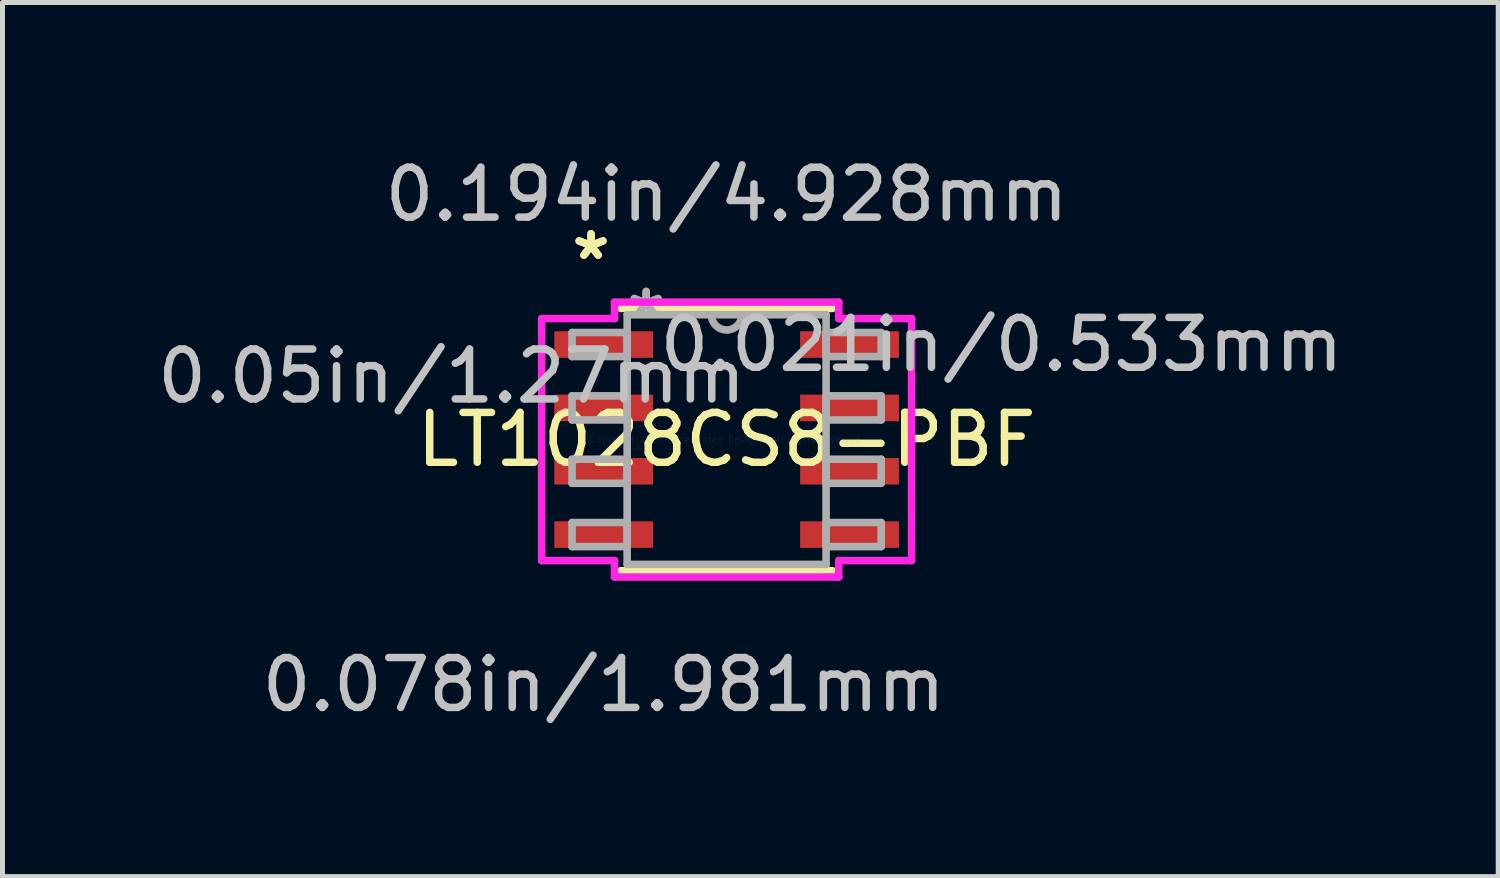
<source format=kicad_pcb>
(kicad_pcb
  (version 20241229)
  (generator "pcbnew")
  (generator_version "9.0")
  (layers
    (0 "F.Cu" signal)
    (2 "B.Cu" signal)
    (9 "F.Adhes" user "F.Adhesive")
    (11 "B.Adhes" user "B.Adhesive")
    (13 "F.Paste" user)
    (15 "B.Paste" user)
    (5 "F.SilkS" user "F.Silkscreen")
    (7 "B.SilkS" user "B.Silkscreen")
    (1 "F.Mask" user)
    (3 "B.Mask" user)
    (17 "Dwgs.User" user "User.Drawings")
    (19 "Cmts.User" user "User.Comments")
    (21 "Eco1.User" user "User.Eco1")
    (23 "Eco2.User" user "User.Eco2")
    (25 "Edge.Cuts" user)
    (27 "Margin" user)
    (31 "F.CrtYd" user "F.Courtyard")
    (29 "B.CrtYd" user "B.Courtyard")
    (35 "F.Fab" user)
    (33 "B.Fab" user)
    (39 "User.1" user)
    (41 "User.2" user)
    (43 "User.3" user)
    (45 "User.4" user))
  (footprint "LT1028CS8-PBF"
    (layer "F.Cu")
    (at 11.518 5.763)
    (property "Reference" "LT1028CS8-PBF" (at 0 0 0) (layer "F.SilkS") (effects (font (size 1 1) (thickness 0.15))))
    (attr through_hole)
    (fp_line (start -2.121 2.629) (end 2.121 2.629) (stroke (width 0.152) (type solid)) (layer "F.SilkS"))
    (fp_line (start 2.121 -2.629) (end -2.121 -2.629) (stroke (width 0.152) (type solid)) (layer "F.SilkS"))
    (fp_line (start -3.708 -2.426) (end -2.248 -2.426) (stroke (width 0.152) (type solid)) (layer "F.CrtYd"))
    (fp_line (start -3.708 2.426) (end -3.708 -2.426) (stroke (width 0.152) (type solid)) (layer "F.CrtYd"))
    (fp_line (start -2.248 -2.756) (end 2.248 -2.756) (stroke (width 0.152) (type solid)) (layer "F.CrtYd"))
    (fp_line (start -2.248 -2.426) (end -2.248 -2.756) (stroke (width 0.152) (type solid)) (layer "F.CrtYd"))
    (fp_line (start -2.248 2.426) (end -3.708 2.426) (stroke (width 0.152) (type solid)) (layer "F.CrtYd"))
    (fp_line (start -2.248 2.756) (end -2.248 2.426) (stroke (width 0.152) (type solid)) (layer "F.CrtYd"))
    (fp_line (start 2.248 -2.756) (end 2.248 -2.426) (stroke (width 0.152) (type solid)) (layer "F.CrtYd"))
    (fp_line (start 2.248 -2.426) (end 3.708 -2.426) (stroke (width 0.152) (type solid)) (layer "F.CrtYd"))
    (fp_line (start 2.248 2.426) (end 2.248 2.756) (stroke (width 0.152) (type solid)) (layer "F.CrtYd"))
    (fp_line (start 2.248 2.756) (end -2.248 2.756) (stroke (width 0.152) (type solid)) (layer "F.CrtYd"))
    (fp_line (start 3.708 -2.426) (end 3.708 2.426) (stroke (width 0.152) (type solid)) (layer "F.CrtYd"))
    (fp_line (start 3.708 2.426) (end 2.248 2.426) (stroke (width 0.152) (type solid)) (layer "F.CrtYd"))
    (fp_line (start -3.099 -2.146) (end -3.099 -1.664) (stroke (width 0.152) (type solid)) (layer "F.Fab"))
    (fp_line (start -3.099 -1.664) (end -1.994 -1.664) (stroke (width 0.152) (type solid)) (layer "F.Fab"))
    (fp_line (start -3.099 -0.876) (end -3.099 -0.394) (stroke (width 0.152) (type solid)) (layer "F.Fab"))
    (fp_line (start -3.099 -0.394) (end -1.994 -0.394) (stroke (width 0.152) (type solid)) (layer "F.Fab"))
    (fp_line (start -3.099 0.394) (end -3.099 0.876) (stroke (width 0.152) (type solid)) (layer "F.Fab"))
    (fp_line (start -3.099 0.876) (end -1.994 0.876) (stroke (width 0.152) (type solid)) (layer "F.Fab"))
    (fp_line (start -3.099 1.664) (end -3.099 2.146) (stroke (width 0.152) (type solid)) (layer "F.Fab"))
    (fp_line (start -3.099 2.146) (end -1.994 2.146) (stroke (width 0.152) (type solid)) (layer "F.Fab"))
    (fp_line (start -1.994 -2.502) (end -1.994 2.502) (stroke (width 0.152) (type solid)) (layer "F.Fab"))
    (fp_line (start -1.994 -2.146) (end -3.099 -2.146) (stroke (width 0.152) (type solid)) (layer "F.Fab"))
    (fp_line (start -1.994 -1.664) (end -1.994 -2.146) (stroke (width 0.152) (type solid)) (layer "F.Fab"))
    (fp_line (start -1.994 -0.876) (end -3.099 -0.876) (stroke (width 0.152) (type solid)) (layer "F.Fab"))
    (fp_line (start -1.994 -0.394) (end -1.994 -0.876) (stroke (width 0.152) (type solid)) (layer "F.Fab"))
    (fp_line (start -1.994 0.394) (end -3.099 0.394) (stroke (width 0.152) (type solid)) (layer "F.Fab"))
    (fp_line (start -1.994 0.876) (end -1.994 0.394) (stroke (width 0.152) (type solid)) (layer "F.Fab"))
    (fp_line (start -1.994 1.664) (end -3.099 1.664) (stroke (width 0.152) (type solid)) (layer "F.Fab"))
    (fp_line (start -1.994 2.146) (end -1.994 1.664) (stroke (width 0.152) (type solid)) (layer "F.Fab"))
    (fp_line (start -1.994 2.502) (end 1.994 2.502) (stroke (width 0.152) (type solid)) (layer "F.Fab"))
    (fp_line (start 1.994 -2.502) (end -1.994 -2.502) (stroke (width 0.152) (type solid)) (layer "F.Fab"))
    (fp_line (start 1.994 -2.146) (end 1.994 -1.664) (stroke (width 0.152) (type solid)) (layer "F.Fab"))
    (fp_line (start 1.994 -1.664) (end 3.099 -1.664) (stroke (width 0.152) (type solid)) (layer "F.Fab"))
    (fp_line (start 1.994 -0.876) (end 1.994 -0.394) (stroke (width 0.152) (type solid)) (layer "F.Fab"))
    (fp_line (start 1.994 -0.394) (end 3.099 -0.394) (stroke (width 0.152) (type solid)) (layer "F.Fab"))
    (fp_line (start 1.994 0.394) (end 1.994 0.876) (stroke (width 0.152) (type solid)) (layer "F.Fab"))
    (fp_line (start 1.994 0.876) (end 3.099 0.876) (stroke (width 0.152) (type solid)) (layer "F.Fab"))
    (fp_line (start 1.994 1.664) (end 1.994 2.146) (stroke (width 0.152) (type solid)) (layer "F.Fab"))
    (fp_line (start 1.994 2.146) (end 3.099 2.146) (stroke (width 0.152) (type solid)) (layer "F.Fab"))
    (fp_line (start 1.994 2.502) (end 1.994 -2.502) (stroke (width 0.152) (type solid)) (layer "F.Fab"))
    (fp_line (start 3.099 -2.146) (end 1.994 -2.146) (stroke (width 0.152) (type solid)) (layer "F.Fab"))
    (fp_line (start 3.099 -1.664) (end 3.099 -2.146) (stroke (width 0.152) (type solid)) (layer "F.Fab"))
    (fp_line (start 3.099 -0.876) (end 1.994 -0.876) (stroke (width 0.152) (type solid)) (layer "F.Fab"))
    (fp_line (start 3.099 -0.394) (end 3.099 -0.876) (stroke (width 0.152) (type solid)) (layer "F.Fab"))
    (fp_line (start 3.099 0.394) (end 1.994 0.394) (stroke (width 0.152) (type solid)) (layer "F.Fab"))
    (fp_line (start 3.099 0.876) (end 3.099 0.394) (stroke (width 0.152) (type solid)) (layer "F.Fab"))
    (fp_line (start 3.099 1.664) (end 1.994 1.664) (stroke (width 0.152) (type solid)) (layer "F.Fab"))
    (fp_line (start 3.099 2.146) (end 3.099 1.664) (stroke (width 0.152) (type solid)) (layer "F.Fab"))
    (fp_arc (start 0.3048 -2.5019) (mid 0 -2.1971) (end -0.3048 -2.5019) (stroke (width 0.1524) (type solid)) (layer "F.Fab"))
    (fp_text user "*" (at -2.718 -3.581 0) (layer "F.SilkS") (effects (font (size 1 1) (thickness 0.15))))
    (fp_text user "*" (at -2.718 -3.581 0) (layer "F.SilkS") (effects (font (size 1 1) (thickness 0.15))))
    (fp_text user "0.021in/0.533mm" (at 5.512 -1.905 0) (layer "Dwgs.User") (effects (font (size 1 1) (thickness 0.15))))
    (fp_text user "0.078in/1.981mm" (at -2.464 4.915 0) (layer "Dwgs.User") (effects (font (size 1 1) (thickness 0.15))))
    (fp_text user "0.05in/1.27mm" (at -5.512 -1.27 0) (layer "Dwgs.User") (effects (font (size 1 1) (thickness 0.15))))
    (fp_text user "0.194in/4.928mm" (at 0 -4.915 0) (layer "Dwgs.User") (effects (font (size 1 1) (thickness 0.15))))
    (fp_text user "Copyright 2016 Accelerated Designs. All rights reserved." (at 0 0 0) (layer "Cmts.User") (effects (font (size 0.127 0.127) (thickness 0.002))))
    (fp_text user "*" (at -1.613 -2.426 0) (layer "F.Fab") (effects (font (size 1 1) (thickness 0.15))))
    (fp_text user "*" (at -1.613 -2.426 0) (layer "F.Fab") (effects (font (size 1 1) (thickness 0.15))))
    (pad "1" smd rect (at -2.464 -1.905) (size 1.981 0.533) (layers "F.Cu" "F.Mask" "F.Paste"))
    (pad "2" smd rect (at -2.464 -0.635) (size 1.981 0.533) (layers "F.Cu" "F.Mask" "F.Paste"))
    (pad "3" smd rect (at -2.464 0.635) (size 1.981 0.533) (layers "F.Cu" "F.Mask" "F.Paste"))
    (pad "4" smd rect (at -2.464 1.905) (size 1.981 0.533) (layers "F.Cu" "F.Mask" "F.Paste"))
    (pad "5" smd rect (at 2.464 1.905) (size 1.981 0.533) (layers "F.Cu" "F.Mask" "F.Paste"))
    (pad "6" smd rect (at 2.464 0.635) (size 1.981 0.533) (layers "F.Cu" "F.Mask" "F.Paste"))
    (pad "7" smd rect (at 2.464 -0.635) (size 1.981 0.533) (layers "F.Cu" "F.Mask" "F.Paste"))
    (pad "8" smd rect (at 2.464 -1.905) (size 1.981 0.533) (layers "F.Cu" "F.Mask" "F.Paste")))
  (gr_rect
    (start -3 -3)
    (end 26.988 14.526)
    (stroke (width 0.1) (type default))
    (fill no)
    (layer "Edge.Cuts")))
</source>
